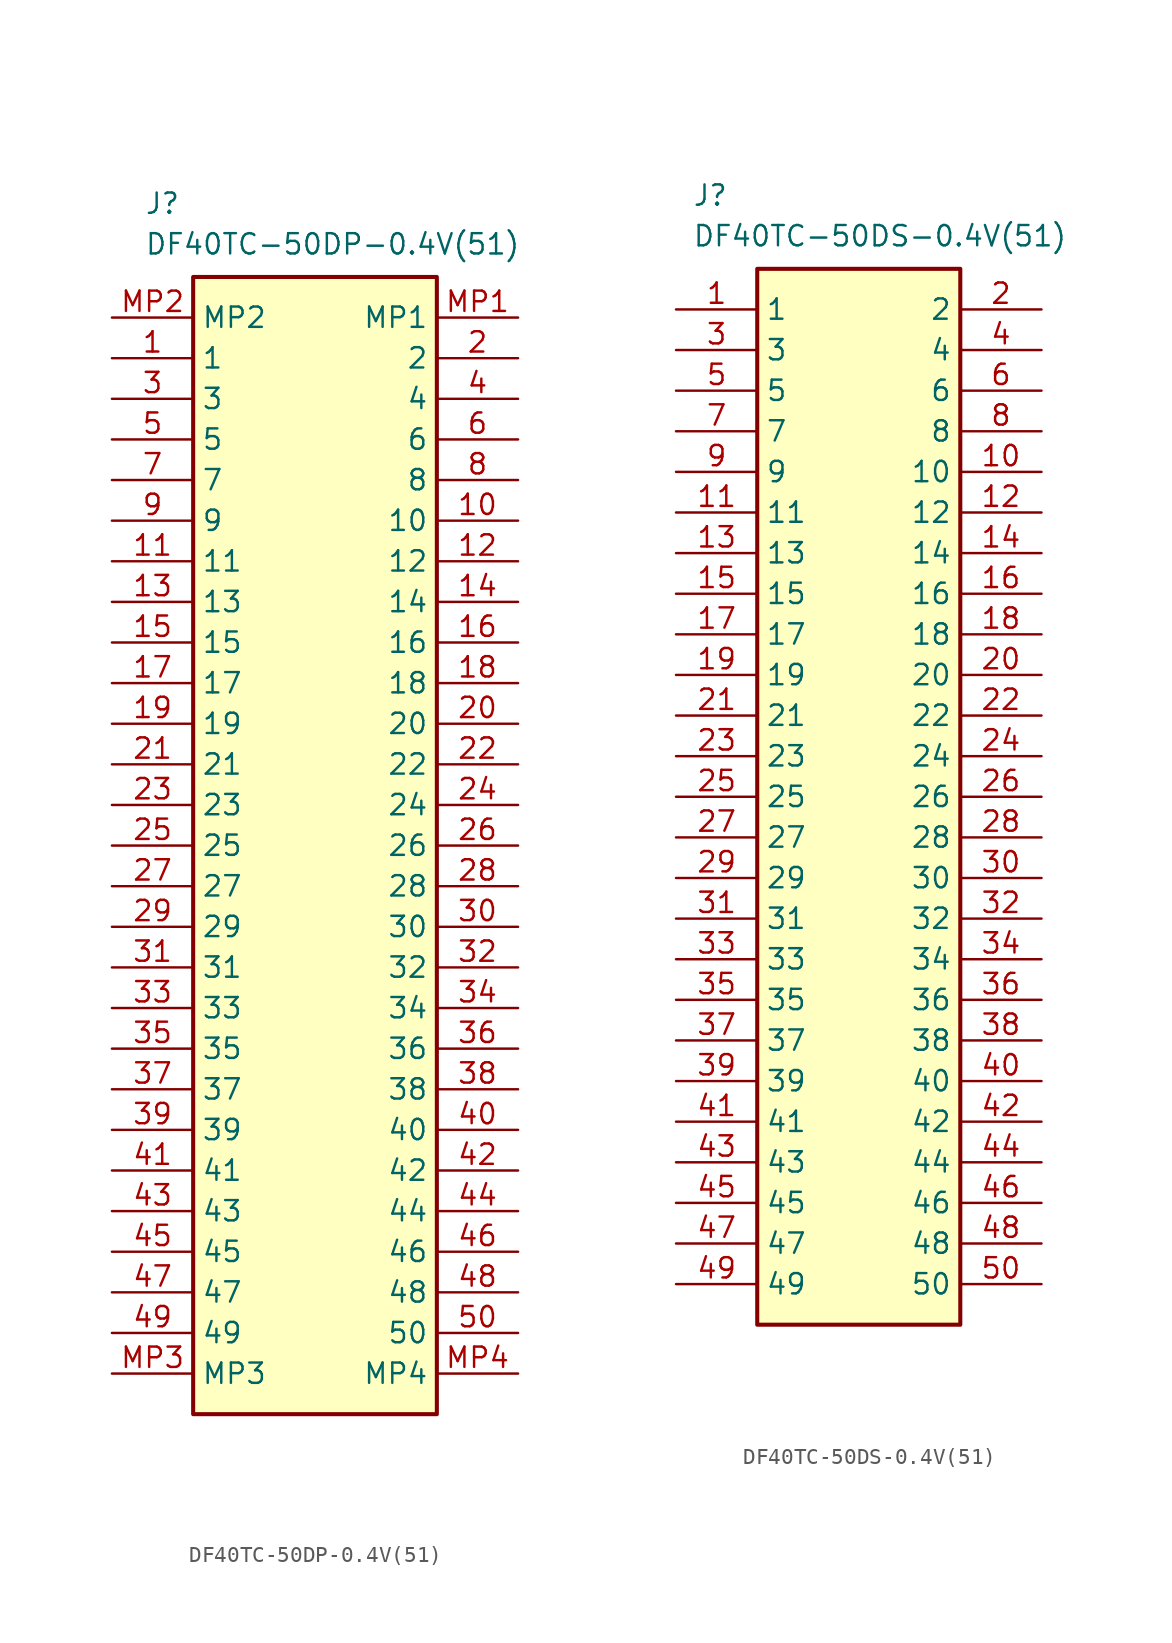
<source format=kicad_sym>
(kicad_symbol_lib
  (version 20231120)
  (generator "kicad_symbol_editor")
  (generator_version "8.0")
  (symbol "DF40TC-50DP-0.4V(51)"
    (property "Reference" "J"
      (at 2.032 7.874 0)
      (effects (font (size 1.27 1.27)) (justify left top)))
    (property "Value" "DF40TC-50DP-0.4V(51)"
      (at 2.032 5.334 0)
      (effects (font (size 1.27 1.27)) (justify left top)))
    (symbol "DF40TC-50DP-0.4V(51)_1_1"
      (rectangle (start 5.08 2.54) (end 20.32 -68.58) (stroke (width 0.254) (type default)) (fill (type background)))
      (pin passive line (at 0 -2.54 0) (length 5.08) (name "1" (effects (font (size 1.27 1.27)))) (number "1" (effects (font (size 1.27 1.27)))))
      (pin passive line (at 25.4 -12.7 180) (length 5.08) (name "10" (effects (font (size 1.27 1.27)))) (number "10" (effects (font (size 1.27 1.27)))))
      (pin passive line (at 0 -15.24 0) (length 5.08) (name "11" (effects (font (size 1.27 1.27)))) (number "11" (effects (font (size 1.27 1.27)))))
      (pin passive line (at 25.4 -15.24 180) (length 5.08) (name "12" (effects (font (size 1.27 1.27)))) (number "12" (effects (font (size 1.27 1.27)))))
      (pin passive line (at 0 -17.78 0) (length 5.08) (name "13" (effects (font (size 1.27 1.27)))) (number "13" (effects (font (size 1.27 1.27)))))
      (pin passive line (at 25.4 -17.78 180) (length 5.08) (name "14" (effects (font (size 1.27 1.27)))) (number "14" (effects (font (size 1.27 1.27)))))
      (pin passive line (at 0 -20.32 0) (length 5.08) (name "15" (effects (font (size 1.27 1.27)))) (number "15" (effects (font (size 1.27 1.27)))))
      (pin passive line (at 25.4 -20.32 180) (length 5.08) (name "16" (effects (font (size 1.27 1.27)))) (number "16" (effects (font (size 1.27 1.27)))))
      (pin passive line (at 0 -22.86 0) (length 5.08) (name "17" (effects (font (size 1.27 1.27)))) (number "17" (effects (font (size 1.27 1.27)))))
      (pin passive line (at 25.4 -22.86 180) (length 5.08) (name "18" (effects (font (size 1.27 1.27)))) (number "18" (effects (font (size 1.27 1.27)))))
      (pin passive line (at 0 -25.4 0) (length 5.08) (name "19" (effects (font (size 1.27 1.27)))) (number "19" (effects (font (size 1.27 1.27)))))
      (pin passive line (at 25.4 -2.54 180) (length 5.08) (name "2" (effects (font (size 1.27 1.27)))) (number "2" (effects (font (size 1.27 1.27)))))
      (pin passive line (at 25.4 -25.4 180) (length 5.08) (name "20" (effects (font (size 1.27 1.27)))) (number "20" (effects (font (size 1.27 1.27)))))
      (pin passive line (at 0 -27.94 0) (length 5.08) (name "21" (effects (font (size 1.27 1.27)))) (number "21" (effects (font (size 1.27 1.27)))))
      (pin passive line (at 25.4 -27.94 180) (length 5.08) (name "22" (effects (font (size 1.27 1.27)))) (number "22" (effects (font (size 1.27 1.27)))))
      (pin passive line (at 0 -30.48 0) (length 5.08) (name "23" (effects (font (size 1.27 1.27)))) (number "23" (effects (font (size 1.27 1.27)))))
      (pin passive line (at 25.4 -30.48 180) (length 5.08) (name "24" (effects (font (size 1.27 1.27)))) (number "24" (effects (font (size 1.27 1.27)))))
      (pin passive line (at 0 -33.02 0) (length 5.08) (name "25" (effects (font (size 1.27 1.27)))) (number "25" (effects (font (size 1.27 1.27)))))
      (pin passive line (at 25.4 -33.02 180) (length 5.08) (name "26" (effects (font (size 1.27 1.27)))) (number "26" (effects (font (size 1.27 1.27)))))
      (pin passive line (at 0 -35.56 0) (length 5.08) (name "27" (effects (font (size 1.27 1.27)))) (number "27" (effects (font (size 1.27 1.27)))))
      (pin passive line (at 25.4 -35.56 180) (length 5.08) (name "28" (effects (font (size 1.27 1.27)))) (number "28" (effects (font (size 1.27 1.27)))))
      (pin passive line (at 0 -38.1 0) (length 5.08) (name "29" (effects (font (size 1.27 1.27)))) (number "29" (effects (font (size 1.27 1.27)))))
      (pin passive line (at 0 -5.08 0) (length 5.08) (name "3" (effects (font (size 1.27 1.27)))) (number "3" (effects (font (size 1.27 1.27)))))
      (pin passive line (at 25.4 -38.1 180) (length 5.08) (name "30" (effects (font (size 1.27 1.27)))) (number "30" (effects (font (size 1.27 1.27)))))
      (pin passive line (at 0 -40.64 0) (length 5.08) (name "31" (effects (font (size 1.27 1.27)))) (number "31" (effects (font (size 1.27 1.27)))))
      (pin passive line (at 25.4 -40.64 180) (length 5.08) (name "32" (effects (font (size 1.27 1.27)))) (number "32" (effects (font (size 1.27 1.27)))))
      (pin passive line (at 0 -43.18 0) (length 5.08) (name "33" (effects (font (size 1.27 1.27)))) (number "33" (effects (font (size 1.27 1.27)))))
      (pin passive line (at 25.4 -43.18 180) (length 5.08) (name "34" (effects (font (size 1.27 1.27)))) (number "34" (effects (font (size 1.27 1.27)))))
      (pin passive line (at 0 -45.72 0) (length 5.08) (name "35" (effects (font (size 1.27 1.27)))) (number "35" (effects (font (size 1.27 1.27)))))
      (pin passive line (at 25.4 -45.72 180) (length 5.08) (name "36" (effects (font (size 1.27 1.27)))) (number "36" (effects (font (size 1.27 1.27)))))
      (pin passive line (at 0 -48.26 0) (length 5.08) (name "37" (effects (font (size 1.27 1.27)))) (number "37" (effects (font (size 1.27 1.27)))))
      (pin passive line (at 25.4 -48.26 180) (length 5.08) (name "38" (effects (font (size 1.27 1.27)))) (number "38" (effects (font (size 1.27 1.27)))))
      (pin passive line (at 0 -50.8 0) (length 5.08) (name "39" (effects (font (size 1.27 1.27)))) (number "39" (effects (font (size 1.27 1.27)))))
      (pin passive line (at 25.4 -5.08 180) (length 5.08) (name "4" (effects (font (size 1.27 1.27)))) (number "4" (effects (font (size 1.27 1.27)))))
      (pin passive line (at 25.4 -50.8 180) (length 5.08) (name "40" (effects (font (size 1.27 1.27)))) (number "40" (effects (font (size 1.27 1.27)))))
      (pin passive line (at 0 -53.34 0) (length 5.08) (name "41" (effects (font (size 1.27 1.27)))) (number "41" (effects (font (size 1.27 1.27)))))
      (pin passive line (at 25.4 -53.34 180) (length 5.08) (name "42" (effects (font (size 1.27 1.27)))) (number "42" (effects (font (size 1.27 1.27)))))
      (pin passive line (at 0 -55.88 0) (length 5.08) (name "43" (effects (font (size 1.27 1.27)))) (number "43" (effects (font (size 1.27 1.27)))))
      (pin passive line (at 25.4 -55.88 180) (length 5.08) (name "44" (effects (font (size 1.27 1.27)))) (number "44" (effects (font (size 1.27 1.27)))))
      (pin passive line (at 0 -58.42 0) (length 5.08) (name "45" (effects (font (size 1.27 1.27)))) (number "45" (effects (font (size 1.27 1.27)))))
      (pin passive line (at 25.4 -58.42 180) (length 5.08) (name "46" (effects (font (size 1.27 1.27)))) (number "46" (effects (font (size 1.27 1.27)))))
      (pin passive line (at 0 -60.96 0) (length 5.08) (name "47" (effects (font (size 1.27 1.27)))) (number "47" (effects (font (size 1.27 1.27)))))
      (pin passive line (at 25.4 -60.96 180) (length 5.08) (name "48" (effects (font (size 1.27 1.27)))) (number "48" (effects (font (size 1.27 1.27)))))
      (pin passive line (at 0 -63.5 0) (length 5.08) (name "49" (effects (font (size 1.27 1.27)))) (number "49" (effects (font (size 1.27 1.27)))))
      (pin passive line (at 0 -7.62 0) (length 5.08) (name "5" (effects (font (size 1.27 1.27)))) (number "5" (effects (font (size 1.27 1.27)))))
      (pin passive line (at 25.4 -63.5 180) (length 5.08) (name "50" (effects (font (size 1.27 1.27)))) (number "50" (effects (font (size 1.27 1.27)))))
      (pin passive line (at 25.4 -7.62 180) (length 5.08) (name "6" (effects (font (size 1.27 1.27)))) (number "6" (effects (font (size 1.27 1.27)))))
      (pin passive line (at 0 -10.16 0) (length 5.08) (name "7" (effects (font (size 1.27 1.27)))) (number "7" (effects (font (size 1.27 1.27)))))
      (pin passive line (at 25.4 -10.16 180) (length 5.08) (name "8" (effects (font (size 1.27 1.27)))) (number "8" (effects (font (size 1.27 1.27)))))
      (pin passive line (at 0 -12.7 0) (length 5.08) (name "9" (effects (font (size 1.27 1.27)))) (number "9" (effects (font (size 1.27 1.27)))))
      (pin passive line (at 25.4 0 180) (length 5.08) (name "MP1" (effects (font (size 1.27 1.27)))) (number "MP1" (effects (font (size 1.27 1.27)))))
      (pin passive line (at 0 0 0) (length 5.08) (name "MP2" (effects (font (size 1.27 1.27)))) (number "MP2" (effects (font (size 1.27 1.27)))))
      (pin passive line (at 0 -66.04 0) (length 5.08) (name "MP3" (effects (font (size 1.27 1.27)))) (number "MP3" (effects (font (size 1.27 1.27)))))
      (pin passive line (at 25.4 -66.04 180) (length 5.08) (name "MP4" (effects (font (size 1.27 1.27)))) (number "MP4" (effects (font (size 1.27 1.27)))))))
  (symbol "DF40TC-50DS-0.4V(51)"
    (property "Reference" "J"
      (at 1.016 7.874 0)
      (effects (font (size 1.27 1.27)) (justify left top)))
    (property "Value" "DF40TC-50DS-0.4V(51)"
      (at 1.016 5.334 0)
      (effects (font (size 1.27 1.27)) (justify left top)))
    (symbol "DF40TC-50DS-0.4V(51)_1_1"
      (rectangle (start 5.08 2.54) (end 17.78 -63.5) (stroke (width 0.254) (type default)) (fill (type background)))
      (pin passive line (at 0 0 0) (length 5.08) (name "1" (effects (font (size 1.27 1.27)))) (number "1" (effects (font (size 1.27 1.27)))))
      (pin passive line (at 22.86 -10.16 180) (length 5.08) (name "10" (effects (font (size 1.27 1.27)))) (number "10" (effects (font (size 1.27 1.27)))))
      (pin passive line (at 0 -12.7 0) (length 5.08) (name "11" (effects (font (size 1.27 1.27)))) (number "11" (effects (font (size 1.27 1.27)))))
      (pin passive line (at 22.86 -12.7 180) (length 5.08) (name "12" (effects (font (size 1.27 1.27)))) (number "12" (effects (font (size 1.27 1.27)))))
      (pin passive line (at 0 -15.24 0) (length 5.08) (name "13" (effects (font (size 1.27 1.27)))) (number "13" (effects (font (size 1.27 1.27)))))
      (pin passive line (at 22.86 -15.24 180) (length 5.08) (name "14" (effects (font (size 1.27 1.27)))) (number "14" (effects (font (size 1.27 1.27)))))
      (pin passive line (at 0 -17.78 0) (length 5.08) (name "15" (effects (font (size 1.27 1.27)))) (number "15" (effects (font (size 1.27 1.27)))))
      (pin passive line (at 22.86 -17.78 180) (length 5.08) (name "16" (effects (font (size 1.27 1.27)))) (number "16" (effects (font (size 1.27 1.27)))))
      (pin passive line (at 0 -20.32 0) (length 5.08) (name "17" (effects (font (size 1.27 1.27)))) (number "17" (effects (font (size 1.27 1.27)))))
      (pin passive line (at 22.86 -20.32 180) (length 5.08) (name "18" (effects (font (size 1.27 1.27)))) (number "18" (effects (font (size 1.27 1.27)))))
      (pin passive line (at 0 -22.86 0) (length 5.08) (name "19" (effects (font (size 1.27 1.27)))) (number "19" (effects (font (size 1.27 1.27)))))
      (pin passive line (at 22.86 0 180) (length 5.08) (name "2" (effects (font (size 1.27 1.27)))) (number "2" (effects (font (size 1.27 1.27)))))
      (pin passive line (at 22.86 -22.86 180) (length 5.08) (name "20" (effects (font (size 1.27 1.27)))) (number "20" (effects (font (size 1.27 1.27)))))
      (pin passive line (at 0 -25.4 0) (length 5.08) (name "21" (effects (font (size 1.27 1.27)))) (number "21" (effects (font (size 1.27 1.27)))))
      (pin passive line (at 22.86 -25.4 180) (length 5.08) (name "22" (effects (font (size 1.27 1.27)))) (number "22" (effects (font (size 1.27 1.27)))))
      (pin passive line (at 0 -27.94 0) (length 5.08) (name "23" (effects (font (size 1.27 1.27)))) (number "23" (effects (font (size 1.27 1.27)))))
      (pin passive line (at 22.86 -27.94 180) (length 5.08) (name "24" (effects (font (size 1.27 1.27)))) (number "24" (effects (font (size 1.27 1.27)))))
      (pin passive line (at 0 -30.48 0) (length 5.08) (name "25" (effects (font (size 1.27 1.27)))) (number "25" (effects (font (size 1.27 1.27)))))
      (pin passive line (at 22.86 -30.48 180) (length 5.08) (name "26" (effects (font (size 1.27 1.27)))) (number "26" (effects (font (size 1.27 1.27)))))
      (pin passive line (at 0 -33.02 0) (length 5.08) (name "27" (effects (font (size 1.27 1.27)))) (number "27" (effects (font (size 1.27 1.27)))))
      (pin passive line (at 22.86 -33.02 180) (length 5.08) (name "28" (effects (font (size 1.27 1.27)))) (number "28" (effects (font (size 1.27 1.27)))))
      (pin passive line (at 0 -35.56 0) (length 5.08) (name "29" (effects (font (size 1.27 1.27)))) (number "29" (effects (font (size 1.27 1.27)))))
      (pin passive line (at 0 -2.54 0) (length 5.08) (name "3" (effects (font (size 1.27 1.27)))) (number "3" (effects (font (size 1.27 1.27)))))
      (pin passive line (at 22.86 -35.56 180) (length 5.08) (name "30" (effects (font (size 1.27 1.27)))) (number "30" (effects (font (size 1.27 1.27)))))
      (pin passive line (at 0 -38.1 0) (length 5.08) (name "31" (effects (font (size 1.27 1.27)))) (number "31" (effects (font (size 1.27 1.27)))))
      (pin passive line (at 22.86 -38.1 180) (length 5.08) (name "32" (effects (font (size 1.27 1.27)))) (number "32" (effects (font (size 1.27 1.27)))))
      (pin passive line (at 0 -40.64 0) (length 5.08) (name "33" (effects (font (size 1.27 1.27)))) (number "33" (effects (font (size 1.27 1.27)))))
      (pin passive line (at 22.86 -40.64 180) (length 5.08) (name "34" (effects (font (size 1.27 1.27)))) (number "34" (effects (font (size 1.27 1.27)))))
      (pin passive line (at 0 -43.18 0) (length 5.08) (name "35" (effects (font (size 1.27 1.27)))) (number "35" (effects (font (size 1.27 1.27)))))
      (pin passive line (at 22.86 -43.18 180) (length 5.08) (name "36" (effects (font (size 1.27 1.27)))) (number "36" (effects (font (size 1.27 1.27)))))
      (pin passive line (at 0 -45.72 0) (length 5.08) (name "37" (effects (font (size 1.27 1.27)))) (number "37" (effects (font (size 1.27 1.27)))))
      (pin passive line (at 22.86 -45.72 180) (length 5.08) (name "38" (effects (font (size 1.27 1.27)))) (number "38" (effects (font (size 1.27 1.27)))))
      (pin passive line (at 0 -48.26 0) (length 5.08) (name "39" (effects (font (size 1.27 1.27)))) (number "39" (effects (font (size 1.27 1.27)))))
      (pin passive line (at 22.86 -2.54 180) (length 5.08) (name "4" (effects (font (size 1.27 1.27)))) (number "4" (effects (font (size 1.27 1.27)))))
      (pin passive line (at 22.86 -48.26 180) (length 5.08) (name "40" (effects (font (size 1.27 1.27)))) (number "40" (effects (font (size 1.27 1.27)))))
      (pin passive line (at 0 -50.8 0) (length 5.08) (name "41" (effects (font (size 1.27 1.27)))) (number "41" (effects (font (size 1.27 1.27)))))
      (pin passive line (at 22.86 -50.8 180) (length 5.08) (name "42" (effects (font (size 1.27 1.27)))) (number "42" (effects (font (size 1.27 1.27)))))
      (pin passive line (at 0 -53.34 0) (length 5.08) (name "43" (effects (font (size 1.27 1.27)))) (number "43" (effects (font (size 1.27 1.27)))))
      (pin passive line (at 22.86 -53.34 180) (length 5.08) (name "44" (effects (font (size 1.27 1.27)))) (number "44" (effects (font (size 1.27 1.27)))))
      (pin passive line (at 0 -55.88 0) (length 5.08) (name "45" (effects (font (size 1.27 1.27)))) (number "45" (effects (font (size 1.27 1.27)))))
      (pin passive line (at 22.86 -55.88 180) (length 5.08) (name "46" (effects (font (size 1.27 1.27)))) (number "46" (effects (font (size 1.27 1.27)))))
      (pin passive line (at 0 -58.42 0) (length 5.08) (name "47" (effects (font (size 1.27 1.27)))) (number "47" (effects (font (size 1.27 1.27)))))
      (pin passive line (at 22.86 -58.42 180) (length 5.08) (name "48" (effects (font (size 1.27 1.27)))) (number "48" (effects (font (size 1.27 1.27)))))
      (pin passive line (at 0 -60.96 0) (length 5.08) (name "49" (effects (font (size 1.27 1.27)))) (number "49" (effects (font (size 1.27 1.27)))))
      (pin passive line (at 0 -5.08 0) (length 5.08) (name "5" (effects (font (size 1.27 1.27)))) (number "5" (effects (font (size 1.27 1.27)))))
      (pin passive line (at 22.86 -60.96 180) (length 5.08) (name "50" (effects (font (size 1.27 1.27)))) (number "50" (effects (font (size 1.27 1.27)))))
      (pin passive line (at 22.86 -5.08 180) (length 5.08) (name "6" (effects (font (size 1.27 1.27)))) (number "6" (effects (font (size 1.27 1.27)))))
      (pin passive line (at 0 -7.62 0) (length 5.08) (name "7" (effects (font (size 1.27 1.27)))) (number "7" (effects (font (size 1.27 1.27)))))
      (pin passive line (at 22.86 -7.62 180) (length 5.08) (name "8" (effects (font (size 1.27 1.27)))) (number "8" (effects (font (size 1.27 1.27)))))
      (pin passive line (at 0 -10.16 0) (length 5.08) (name "9" (effects (font (size 1.27 1.27)))) (number "9" (effects (font (size 1.27 1.27))))))))
</source>
